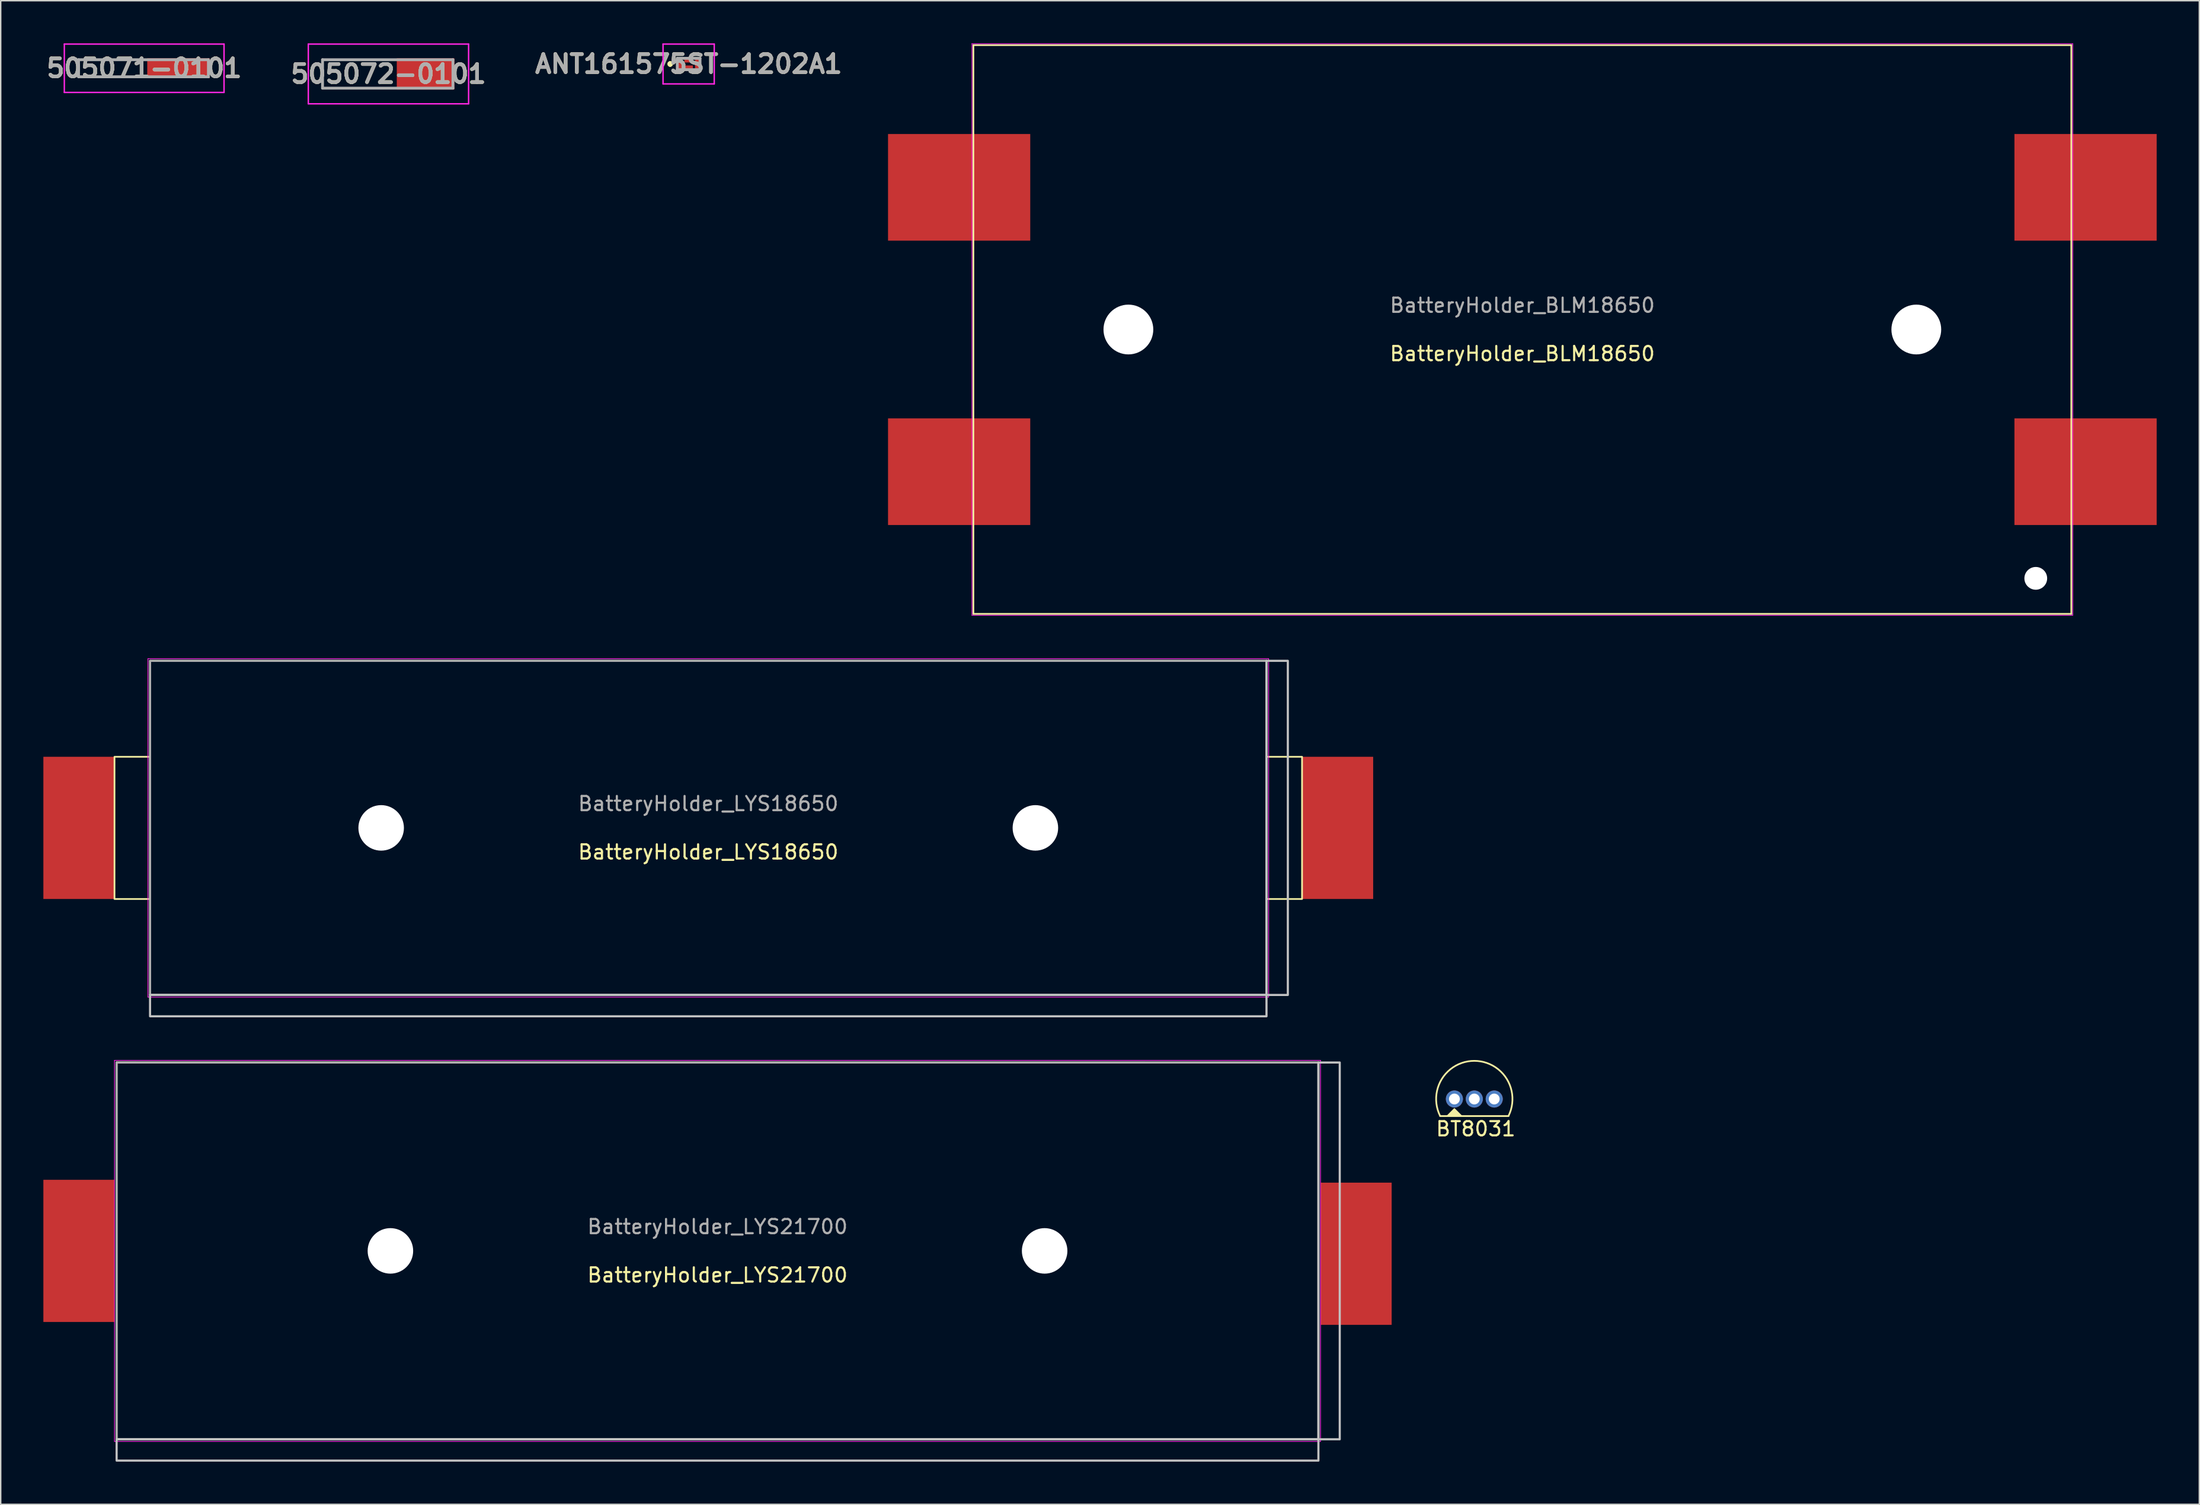
<source format=kicad_pcb>
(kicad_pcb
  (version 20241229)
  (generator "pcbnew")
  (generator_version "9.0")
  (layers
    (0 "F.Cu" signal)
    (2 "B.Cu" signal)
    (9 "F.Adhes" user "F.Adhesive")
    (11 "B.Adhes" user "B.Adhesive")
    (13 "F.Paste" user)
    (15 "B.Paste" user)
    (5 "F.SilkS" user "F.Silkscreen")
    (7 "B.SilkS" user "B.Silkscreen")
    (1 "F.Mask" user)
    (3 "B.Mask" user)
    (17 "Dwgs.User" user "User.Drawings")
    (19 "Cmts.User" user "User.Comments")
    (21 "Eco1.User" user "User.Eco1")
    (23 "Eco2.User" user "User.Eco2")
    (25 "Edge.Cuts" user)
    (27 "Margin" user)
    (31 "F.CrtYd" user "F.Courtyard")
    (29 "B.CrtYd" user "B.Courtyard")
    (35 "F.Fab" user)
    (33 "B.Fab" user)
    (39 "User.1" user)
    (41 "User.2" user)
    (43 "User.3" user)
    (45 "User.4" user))
  (footprint "BT8031"
    (layer "F.Cu")
    (at 99.211 74.243)
    (property "Reference" "BT8031" (at 1.5 2.1 0) (layer "F.SilkS") (effects (font (size 1 1) (thickness 0.15))))
    (attr through_hole)
    (fp_line (start -1 1.2) (end 3.8 1.2) (stroke (width 0.12) (type solid)) (layer "F.SilkS"))
    (fp_arc (start -0.999999 1.199999) (mid 1.4 -2.68328) (end 3.799999 1.199999) (stroke (width 0.12) (type solid)) (layer "F.SilkS"))
    (fp_poly (pts (xy 0.5 1.2) (xy -0.5 1.2) (xy 0 0.7)) (stroke (width 0.1) (type solid)) (fill yes) (layer "F.SilkS"))
    (pad "1" thru_hole circle (at 0 0) (size 1.2 1.2) (drill 0.762) (layers "*.Cu" "*.Mask"))
    (pad "2" thru_hole circle (at 1.4 0) (size 1.2 1.2) (drill 0.762) (layers "*.Cu" "*.Mask"))
    (pad "3" thru_hole circle (at 2.8 0) (size 1.2 1.2) (drill 0.762) (layers "*.Cu" "*.Mask")))
  (footprint "505072-0101"
    (layer "F.Cu")
    (at 24.263 2.15)
    (property "Reference" "505072-0101" (at 0 0 0) (layer "F.SilkS") (effects (font (size 1.27 1.27) (thickness 0.254))))
    (attr smd)
    (fp_line (start -4.635 -1) (end -4.635 1) (stroke (width 0.1) (type solid)) (layer "F.SilkS"))
    (fp_line (start -4.635 1) (end -0.465 1) (stroke (width 0.1) (type solid)) (layer "F.SilkS"))
    (fp_line (start -0.465 -1) (end -4.635 -1) (stroke (width 0.1) (type solid)) (layer "F.SilkS"))
    (fp_line (start -5.635 -2.1) (end 5.635 -2.1) (stroke (width 0.1) (type solid)) (layer "F.CrtYd"))
    (fp_line (start -5.635 2.1) (end -5.635 -2.1) (stroke (width 0.1) (type solid)) (layer "F.CrtYd"))
    (fp_line (start 5.635 -2.1) (end 5.635 2.1) (stroke (width 0.1) (type solid)) (layer "F.CrtYd"))
    (fp_line (start 5.635 2.1) (end -5.635 2.1) (stroke (width 0.1) (type solid)) (layer "F.CrtYd"))
    (fp_line (start -4.635 -1) (end 4.535 -1) (stroke (width 0.2) (type solid)) (layer "F.Fab"))
    (fp_line (start -4.635 1) (end -4.635 -1) (stroke (width 0.2) (type solid)) (layer "F.Fab"))
    (fp_line (start 4.535 -1) (end 4.535 1) (stroke (width 0.2) (type solid)) (layer "F.Fab"))
    (fp_line (start 4.535 1) (end -4.635 1) (stroke (width 0.2) (type solid)) (layer "F.Fab"))
    (fp_text user "${REFERENCE}" (at 0 0 0) (layer "F.Fab") (effects (font (size 1.27 1.27) (thickness 0.254))))
    (pad "1" smd rect (at 2.61 0 90) (size 2.2 4.05) (layers "F.Cu" "F.Mask" "F.Paste")))
  (footprint "505071-0101"
    (layer "F.Cu")
    (at 7.088 1.75)
    (property "Reference" "505071-0101" (at 0 0 0) (layer "F.SilkS") (effects (font (size 1.27 1.27) (thickness 0.254))))
    (attr smd)
    (fp_line (start -4.615 -0.6) (end -4.615 0.6) (stroke (width 0.1) (type solid)) (layer "F.SilkS"))
    (fp_line (start -4.615 0.6) (end -0.565 0.6) (stroke (width 0.1) (type solid)) (layer "F.SilkS"))
    (fp_line (start -0.565 -0.6) (end -4.615 -0.6) (stroke (width 0.1) (type solid)) (layer "F.SilkS"))
    (fp_line (start -5.615 -1.7) (end 5.615 -1.7) (stroke (width 0.1) (type solid)) (layer "F.CrtYd"))
    (fp_line (start -5.615 1.7) (end -5.615 -1.7) (stroke (width 0.1) (type solid)) (layer "F.CrtYd"))
    (fp_line (start 5.615 -1.7) (end 5.615 1.7) (stroke (width 0.1) (type solid)) (layer "F.CrtYd"))
    (fp_line (start 5.615 1.7) (end -5.615 1.7) (stroke (width 0.1) (type solid)) (layer "F.CrtYd"))
    (fp_line (start -4.615 -0.6) (end 4.515 -0.6) (stroke (width 0.2) (type solid)) (layer "F.Fab"))
    (fp_line (start -4.615 0.6) (end -4.615 -0.6) (stroke (width 0.2) (type solid)) (layer "F.Fab"))
    (fp_line (start 4.515 -0.6) (end 4.515 0.6) (stroke (width 0.2) (type solid)) (layer "F.Fab"))
    (fp_line (start 4.515 0.6) (end -4.615 0.6) (stroke (width 0.2) (type solid)) (layer "F.Fab"))
    (fp_text user "${REFERENCE}" (at 0 0 0) (layer "F.Fab") (effects (font (size 1.27 1.27) (thickness 0.254))))
    (pad "1" smd rect (at 2.415 0 90) (size 1.4 4.4) (layers "F.Cu" "F.Mask" "F.Paste")))
  (footprint "BatteryHolder_LYS18650"
    (layer "F.Cu")
    (at 46.75 55.175)
    (property "Reference" "BatteryHolder_LYS18650" (at 0 1.7 0) (layer "F.SilkS") (effects (font (size 1 1) (thickness 0.15))))
    (attr through_hole)
    (fp_line (start -39.25 -11.75) (end 39.25 -11.75) (stroke (width 0.12) (type solid)) (layer "F.SilkS"))
    (fp_line (start -39.25 11.75) (end -39.25 -11.75) (stroke (width 0.12) (type solid)) (layer "F.SilkS"))
    (fp_line (start 39.25 -11.75) (end 39.25 11.75) (stroke (width 0.12) (type solid)) (layer "F.SilkS"))
    (fp_line (start 39.25 11.75) (end -39.25 11.75) (stroke (width 0.12) (type solid)) (layer "F.SilkS"))
    (fp_rect (start -39.25 -5) (end -41.75 5) (stroke (width 0.12) (type solid)) (fill no) (layer "F.SilkS"))
    (fp_rect (start 41.75 -5) (end 39.25 5) (stroke (width 0.12) (type solid)) (fill no) (layer "F.SilkS"))
    (fp_rect (start -39.25 11.75) (end 39.25 13.25) (stroke (width 0.15) (type solid)) (fill no) (layer "Dwgs.User"))
    (fp_rect (start 39.25 -11.75) (end 40.75 11.75) (stroke (width 0.15) (type solid)) (fill no) (layer "Dwgs.User"))
    (fp_line (start -39.4 -11.9) (end 39.4 -11.9) (stroke (width 0.05) (type solid)) (layer "F.CrtYd"))
    (fp_line (start -39.4 11.9) (end -39.4 -11.9) (stroke (width 0.05) (type solid)) (layer "F.CrtYd"))
    (fp_line (start 39.4 -11.9) (end 39.4 11.9) (stroke (width 0.05) (type solid)) (layer "F.CrtYd"))
    (fp_line (start 39.4 11.9) (end -39.4 11.9) (stroke (width 0.05) (type solid)) (layer "F.CrtYd"))
    (fp_rect (start -39.25 -11.75) (end 39.25 11.75) (stroke (width 0.15) (type solid)) (fill no) (layer "F.Fab"))
    (fp_text user "${REFERENCE}" (at 0 -1.7 0) (layer "F.Fab") (effects (font (size 1 1) (thickness 0.15))))
    (pad "" np_thru_hole circle (at -23 0) (size 3.2 3.2) (drill 3.2) (layers "*.Cu" "*.Mask"))
    (pad "" np_thru_hole circle (at 23 0) (size 3.2 3.2) (drill 3.2) (layers "*.Cu" "*.Mask"))
    (pad "1" smd rect (at -44.25 0) (size 5 10) (layers "F.Cu" "F.Mask" "F.Paste"))
    (pad "2" smd rect (at 44.25 0) (size 5 10) (layers "F.Cu" "F.Mask" "F.Paste")))
  (footprint "BatteryHolder_LYS21700"
    (layer "F.Cu")
    (at 47.4 84.925)
    (property "Reference" "BatteryHolder_LYS21700" (at 0 1.7 0) (layer "F.SilkS") (effects (font (size 1 1) (thickness 0.15))))
    (attr through_hole)
    (fp_line (start -42.25 -13.26) (end 42.25 -13.25) (stroke (width 0.12) (type solid)) (layer "F.SilkS"))
    (fp_line (start -42.25 13.23) (end -42.25 -13.26) (stroke (width 0.12) (type solid)) (layer "F.SilkS"))
    (fp_line (start 42.25 -13.25) (end 42.25 13.25) (stroke (width 0.12) (type solid)) (layer "F.SilkS"))
    (fp_line (start 42.25 13.25) (end -42.25 13.25) (stroke (width 0.12) (type solid)) (layer "F.SilkS"))
    (fp_rect (start -42.25 13.25) (end 42.25 14.75) (stroke (width 0.15) (type solid)) (fill no) (layer "Dwgs.User"))
    (fp_rect (start 42.25 -13.25) (end 43.75 13.25) (stroke (width 0.15) (type solid)) (fill no) (layer "Dwgs.User"))
    (fp_line (start -42.4 -13.4) (end 42.4 -13.4) (stroke (width 0.05) (type solid)) (layer "F.CrtYd"))
    (fp_line (start -42.4 13.4) (end -42.4 -13.4) (stroke (width 0.05) (type solid)) (layer "F.CrtYd"))
    (fp_line (start 42.4 -13.4) (end 42.4 13.4) (stroke (width 0.05) (type solid)) (layer "F.CrtYd"))
    (fp_line (start 42.4 13.4) (end -42.4 13.4) (stroke (width 0.05) (type solid)) (layer "F.CrtYd"))
    (fp_rect (start -42.25 -13.25) (end 42.25 13.25) (stroke (width 0.15) (type solid)) (fill no) (layer "F.Fab"))
    (fp_text user "${REFERENCE}" (at 0 -1.7 0) (layer "F.Fab") (effects (font (size 1 1) (thickness 0.15))))
    (pad "" np_thru_hole circle (at -23 0) (size 3.2 3.2) (drill 3.2) (layers "*.Cu" "*.Mask"))
    (pad "" np_thru_hole circle (at 23 0) (size 3.2 3.2) (drill 3.2) (layers "*.Cu" "*.Mask"))
    (pad "1" smd rect (at -44.9 0) (size 5 10) (layers "F.Cu" "F.Mask" "F.Paste"))
    (pad "2" smd rect (at 44.9 0.2) (size 5 10) (layers "F.Cu" "F.Mask" "F.Paste")))
  (footprint "ANT161575ST-1202A1"
    (layer "F.Cu")
    (at 45.37 1.45)
    (property "Reference" "ANT161575ST-1202A1" (at 0 0 0) (layer "F.SilkS") (effects (font (size 1.27 1.27) (thickness 0.254))))
    (attr smd)
    (fp_line (start -1.3 -0.1) (end -1.3 -0.1) (stroke (width 0.2) (type solid)) (layer "F.SilkS"))
    (fp_line (start -1.3 0.1) (end -1.3 0.1) (stroke (width 0.2) (type solid)) (layer "F.SilkS"))
    (fp_arc (start -1.3 -0.1) (mid -1.2 0) (end -1.3 0.1) (stroke (width 0.2) (type solid)) (layer "F.SilkS"))
    (fp_arc (start -1.3 0.1) (mid -1.4 0) (end -1.3 -0.1) (stroke (width 0.2) (type solid)) (layer "F.SilkS"))
    (fp_line (start -1.8 -1.4) (end 1.8 -1.4) (stroke (width 0.1) (type solid)) (layer "F.CrtYd"))
    (fp_line (start -1.8 1.4) (end -1.8 -1.4) (stroke (width 0.1) (type solid)) (layer "F.CrtYd"))
    (fp_line (start 1.8 -1.4) (end 1.8 1.4) (stroke (width 0.1) (type solid)) (layer "F.CrtYd"))
    (fp_line (start 1.8 1.4) (end -1.8 1.4) (stroke (width 0.1) (type solid)) (layer "F.CrtYd"))
    (fp_line (start -0.8 -0.4) (end 0.8 -0.4) (stroke (width 0.2) (type solid)) (layer "F.Fab"))
    (fp_line (start -0.8 0.4) (end -0.8 -0.4) (stroke (width 0.2) (type solid)) (layer "F.Fab"))
    (fp_line (start 0.8 -0.4) (end 0.8 0.4) (stroke (width 0.2) (type solid)) (layer "F.Fab"))
    (fp_line (start 0.8 0.4) (end -0.8 0.4) (stroke (width 0.2) (type solid)) (layer "F.Fab"))
    (fp_text user "${REFERENCE}" (at 0 0 0) (layer "F.Fab") (effects (font (size 1.27 1.27) (thickness 0.254))))
    (pad "1" smd rect (at -0.625 0) (size 0.35 0.8) (layers "F.Cu" "F.Mask" "F.Paste"))
    (pad "4" smd rect (at 0.625 0) (size 0.35 0.8) (layers "F.Cu" "F.Mask" "F.Paste"))
    (pad "D1" smd rect (at 0 -0.235 90) (size 0.26 0.6) (layers "F.Cu" "F.Mask" "F.Paste"))
    (pad "D2" smd rect (at 0 0.235 90) (size 0.26 0.6) (layers "F.Cu" "F.Mask" "F.Paste")))
  (footprint "BatteryHolder_BLM18650"
    (layer "F.Cu")
    (at 103.989 20.125)
    (property "Reference" "BatteryHolder_BLM18650" (at 0 1.7 0) (layer "F.SilkS") (effects (font (size 1 1) (thickness 0.15))))
    (attr through_hole)
    (fp_line (start -38.6 -20) (end 38.6 -20) (stroke (width 0.12) (type solid)) (layer "F.SilkS"))
    (fp_line (start -38.6 20) (end -38.6 -20) (stroke (width 0.12) (type solid)) (layer "F.SilkS"))
    (fp_line (start 38.6 -20) (end 38.6 20) (stroke (width 0.12) (type solid)) (layer "F.SilkS"))
    (fp_line (start 38.6 20) (end -38.6 20) (stroke (width 0.12) (type solid)) (layer "F.SilkS"))
    (fp_line (start -38.7 -20.1) (end 38.7 -20.1) (stroke (width 0.05) (type solid)) (layer "F.CrtYd"))
    (fp_line (start -38.7 20.1) (end -38.7 -20.1) (stroke (width 0.05) (type solid)) (layer "F.CrtYd"))
    (fp_line (start 38.7 -20.1) (end 38.7 20.1) (stroke (width 0.05) (type solid)) (layer "F.CrtYd"))
    (fp_line (start 38.7 20.1) (end -38.7 20.1) (stroke (width 0.05) (type solid)) (layer "F.CrtYd"))
    (fp_text user "${REFERENCE}" (at 0 -1.7 0) (layer "F.Fab") (effects (font (size 1 1) (thickness 0.15))))
    (pad "" np_thru_hole circle (at -27.7 0) (size 3.5 3.5) (drill 3.5) (layers "*.Cu" "*.Mask"))
    (pad "" np_thru_hole circle (at 27.7 0) (size 3.5 3.5) (drill 3.5) (layers "*.Cu" "*.Mask"))
    (pad "" np_thru_hole circle (at 36.1 17.5) (size 1.6 1.6) (drill 1.6) (layers "*.Cu" "*.Mask"))
    (pad "1" smd rect (at -39.6 -10) (size 10 7.5) (layers "F.Cu" "F.Mask" "F.Paste"))
    (pad "1" smd rect (at -39.6 10) (size 10 7.5) (layers "F.Cu" "F.Mask" "F.Paste"))
    (pad "2" smd rect (at 39.6 -10) (size 10 7.5) (layers "F.Cu" "F.Mask" "F.Paste"))
    (pad "2" smd rect (at 39.6 10) (size 10 7.5) (layers "F.Cu" "F.Mask" "F.Paste")))
  (gr_rect
    (start -3 -3)
    (end 151.589 102.75)
    (stroke (width 0.1) (type default))
    (fill no)
    (layer "Edge.Cuts")))
</source>
